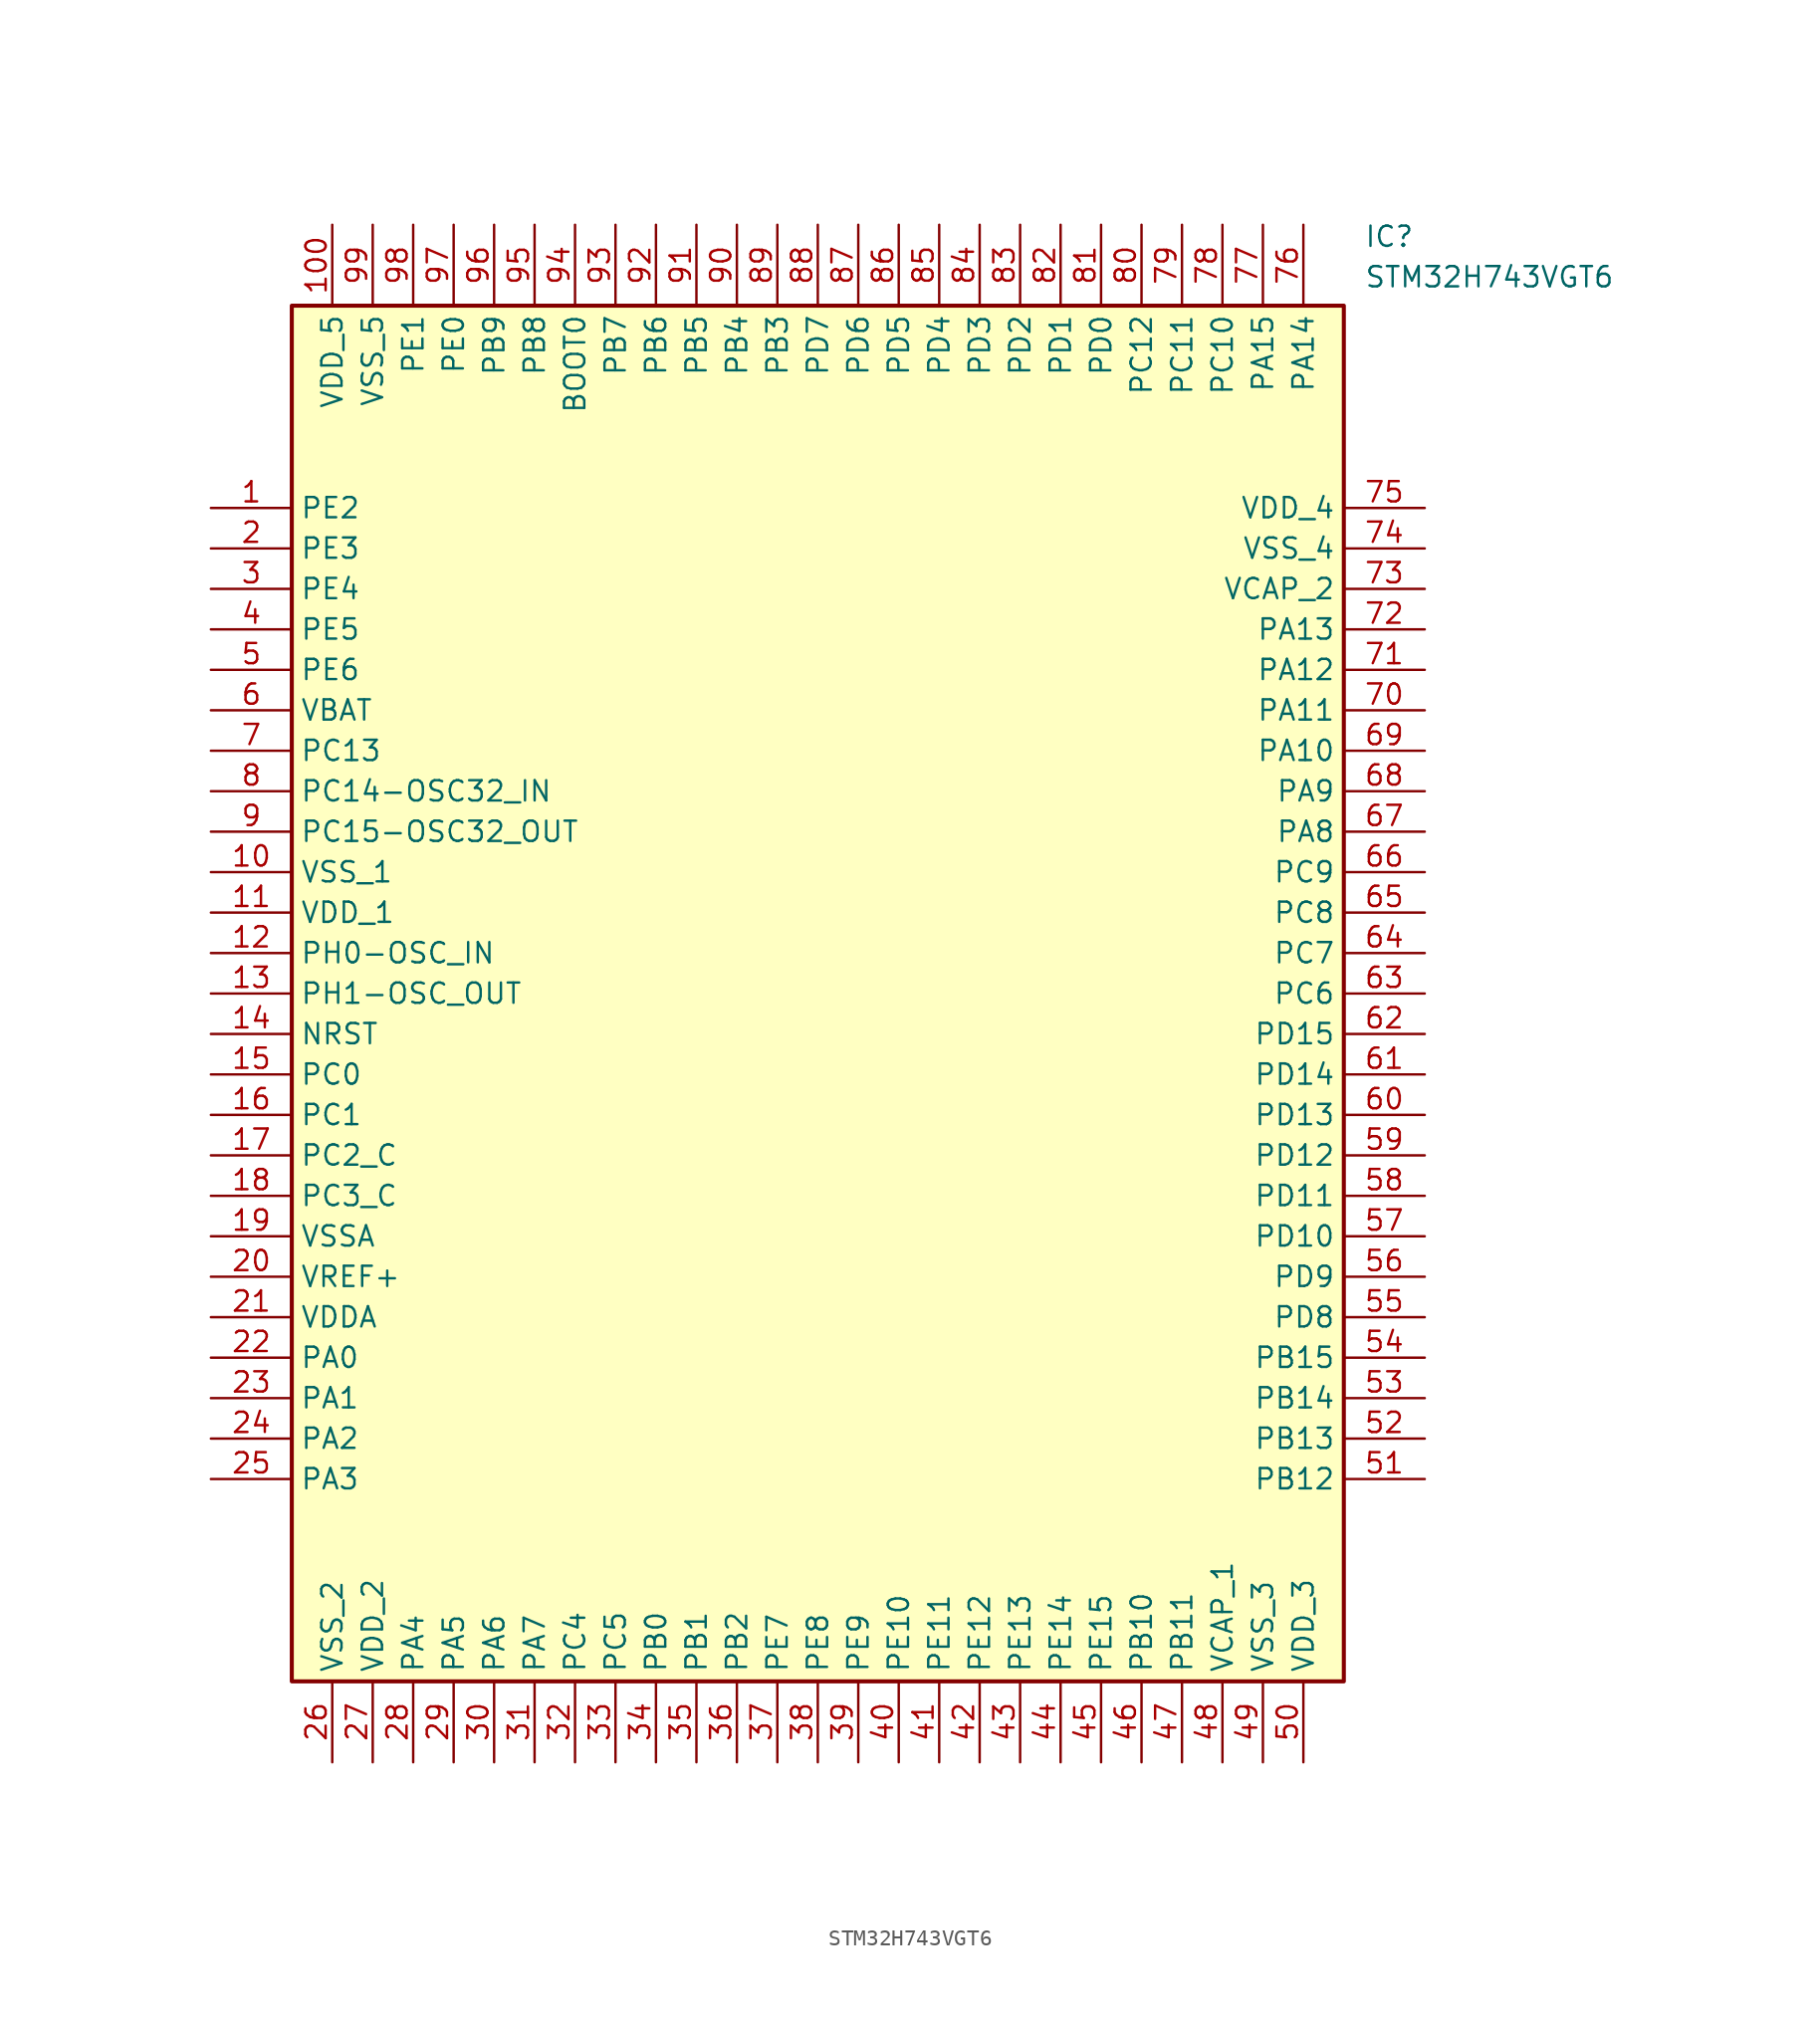
<source format=kicad_sym>
(kicad_symbol_lib
  (version 20241209)
  (generator "kicad_symbol_editor")
  (generator_version "9.0")
  (symbol "STM32H743VGT6"
    (property "Reference" "IC"
      (at 72.39 17.78 0)
      (effects (font (size 1.27 1.27)) (justify left top)))
    (property "Value" "STM32H743VGT6"
      (at 72.39 15.24 0)
      (effects (font (size 1.27 1.27)) (justify left top)))
    (symbol "STM32H743VGT6_1_1"
      (rectangle (start 5.08 12.7) (end 71.12 -73.66) (stroke (width 0.254) (type default)) (fill (type background)))
      (pin passive line (at 0 0 0) (length 5.08) (name "PE2" (effects (font (size 1.27 1.27)))) (number "1" (effects (font (size 1.27 1.27)))))
      (pin passive line (at 0 -2.54 0) (length 5.08) (name "PE3" (effects (font (size 1.27 1.27)))) (number "2" (effects (font (size 1.27 1.27)))))
      (pin passive line (at 0 -5.08 0) (length 5.08) (name "PE4" (effects (font (size 1.27 1.27)))) (number "3" (effects (font (size 1.27 1.27)))))
      (pin passive line (at 0 -7.62 0) (length 5.08) (name "PE5" (effects (font (size 1.27 1.27)))) (number "4" (effects (font (size 1.27 1.27)))))
      (pin passive line (at 0 -10.16 0) (length 5.08) (name "PE6" (effects (font (size 1.27 1.27)))) (number "5" (effects (font (size 1.27 1.27)))))
      (pin passive line (at 0 -12.7 0) (length 5.08) (name "VBAT" (effects (font (size 1.27 1.27)))) (number "6" (effects (font (size 1.27 1.27)))))
      (pin passive line (at 0 -15.24 0) (length 5.08) (name "PC13" (effects (font (size 1.27 1.27)))) (number "7" (effects (font (size 1.27 1.27)))))
      (pin passive line (at 0 -17.78 0) (length 5.08) (name "PC14-OSC32_IN" (effects (font (size 1.27 1.27)))) (number "8" (effects (font (size 1.27 1.27)))))
      (pin passive line (at 0 -20.32 0) (length 5.08) (name "PC15-OSC32_OUT" (effects (font (size 1.27 1.27)))) (number "9" (effects (font (size 1.27 1.27)))))
      (pin passive line (at 0 -22.86 0) (length 5.08) (name "VSS_1" (effects (font (size 1.27 1.27)))) (number "10" (effects (font (size 1.27 1.27)))))
      (pin passive line (at 0 -25.4 0) (length 5.08) (name "VDD_1" (effects (font (size 1.27 1.27)))) (number "11" (effects (font (size 1.27 1.27)))))
      (pin passive line (at 0 -27.94 0) (length 5.08) (name "PH0-OSC_IN" (effects (font (size 1.27 1.27)))) (number "12" (effects (font (size 1.27 1.27)))))
      (pin passive line (at 0 -30.48 0) (length 5.08) (name "PH1-OSC_OUT" (effects (font (size 1.27 1.27)))) (number "13" (effects (font (size 1.27 1.27)))))
      (pin passive line (at 0 -33.02 0) (length 5.08) (name "NRST" (effects (font (size 1.27 1.27)))) (number "14" (effects (font (size 1.27 1.27)))))
      (pin passive line (at 0 -35.56 0) (length 5.08) (name "PC0" (effects (font (size 1.27 1.27)))) (number "15" (effects (font (size 1.27 1.27)))))
      (pin passive line (at 0 -38.1 0) (length 5.08) (name "PC1" (effects (font (size 1.27 1.27)))) (number "16" (effects (font (size 1.27 1.27)))))
      (pin passive line (at 0 -40.64 0) (length 5.08) (name "PC2_C" (effects (font (size 1.27 1.27)))) (number "17" (effects (font (size 1.27 1.27)))))
      (pin passive line (at 0 -43.18 0) (length 5.08) (name "PC3_C" (effects (font (size 1.27 1.27)))) (number "18" (effects (font (size 1.27 1.27)))))
      (pin passive line (at 0 -45.72 0) (length 5.08) (name "VSSA" (effects (font (size 1.27 1.27)))) (number "19" (effects (font (size 1.27 1.27)))))
      (pin passive line (at 0 -48.26 0) (length 5.08) (name "VREF+" (effects (font (size 1.27 1.27)))) (number "20" (effects (font (size 1.27 1.27)))))
      (pin passive line (at 0 -50.8 0) (length 5.08) (name "VDDA" (effects (font (size 1.27 1.27)))) (number "21" (effects (font (size 1.27 1.27)))))
      (pin passive line (at 0 -53.34 0) (length 5.08) (name "PA0" (effects (font (size 1.27 1.27)))) (number "22" (effects (font (size 1.27 1.27)))))
      (pin passive line (at 0 -55.88 0) (length 5.08) (name "PA1" (effects (font (size 1.27 1.27)))) (number "23" (effects (font (size 1.27 1.27)))))
      (pin passive line (at 0 -58.42 0) (length 5.08) (name "PA2" (effects (font (size 1.27 1.27)))) (number "24" (effects (font (size 1.27 1.27)))))
      (pin passive line (at 0 -60.96 0) (length 5.08) (name "PA3" (effects (font (size 1.27 1.27)))) (number "25" (effects (font (size 1.27 1.27)))))
      (pin passive line (at 7.62 17.78 270) (length 5.08) (name "VDD_5" (effects (font (size 1.27 1.27)))) (number "100" (effects (font (size 1.27 1.27)))))
      (pin passive line (at 7.62 -78.74 90) (length 5.08) (name "VSS_2" (effects (font (size 1.27 1.27)))) (number "26" (effects (font (size 1.27 1.27)))))
      (pin passive line (at 10.16 17.78 270) (length 5.08) (name "VSS_5" (effects (font (size 1.27 1.27)))) (number "99" (effects (font (size 1.27 1.27)))))
      (pin passive line (at 10.16 -78.74 90) (length 5.08) (name "VDD_2" (effects (font (size 1.27 1.27)))) (number "27" (effects (font (size 1.27 1.27)))))
      (pin passive line (at 12.7 17.78 270) (length 5.08) (name "PE1" (effects (font (size 1.27 1.27)))) (number "98" (effects (font (size 1.27 1.27)))))
      (pin passive line (at 12.7 -78.74 90) (length 5.08) (name "PA4" (effects (font (size 1.27 1.27)))) (number "28" (effects (font (size 1.27 1.27)))))
      (pin passive line (at 15.24 17.78 270) (length 5.08) (name "PE0" (effects (font (size 1.27 1.27)))) (number "97" (effects (font (size 1.27 1.27)))))
      (pin passive line (at 15.24 -78.74 90) (length 5.08) (name "PA5" (effects (font (size 1.27 1.27)))) (number "29" (effects (font (size 1.27 1.27)))))
      (pin passive line (at 17.78 17.78 270) (length 5.08) (name "PB9" (effects (font (size 1.27 1.27)))) (number "96" (effects (font (size 1.27 1.27)))))
      (pin passive line (at 17.78 -78.74 90) (length 5.08) (name "PA6" (effects (font (size 1.27 1.27)))) (number "30" (effects (font (size 1.27 1.27)))))
      (pin passive line (at 20.32 17.78 270) (length 5.08) (name "PB8" (effects (font (size 1.27 1.27)))) (number "95" (effects (font (size 1.27 1.27)))))
      (pin passive line (at 20.32 -78.74 90) (length 5.08) (name "PA7" (effects (font (size 1.27 1.27)))) (number "31" (effects (font (size 1.27 1.27)))))
      (pin passive line (at 22.86 17.78 270) (length 5.08) (name "BOOT0" (effects (font (size 1.27 1.27)))) (number "94" (effects (font (size 1.27 1.27)))))
      (pin passive line (at 22.86 -78.74 90) (length 5.08) (name "PC4" (effects (font (size 1.27 1.27)))) (number "32" (effects (font (size 1.27 1.27)))))
      (pin passive line (at 25.4 17.78 270) (length 5.08) (name "PB7" (effects (font (size 1.27 1.27)))) (number "93" (effects (font (size 1.27 1.27)))))
      (pin passive line (at 25.4 -78.74 90) (length 5.08) (name "PC5" (effects (font (size 1.27 1.27)))) (number "33" (effects (font (size 1.27 1.27)))))
      (pin passive line (at 27.94 17.78 270) (length 5.08) (name "PB6" (effects (font (size 1.27 1.27)))) (number "92" (effects (font (size 1.27 1.27)))))
      (pin passive line (at 27.94 -78.74 90) (length 5.08) (name "PB0" (effects (font (size 1.27 1.27)))) (number "34" (effects (font (size 1.27 1.27)))))
      (pin passive line (at 30.48 17.78 270) (length 5.08) (name "PB5" (effects (font (size 1.27 1.27)))) (number "91" (effects (font (size 1.27 1.27)))))
      (pin passive line (at 30.48 -78.74 90) (length 5.08) (name "PB1" (effects (font (size 1.27 1.27)))) (number "35" (effects (font (size 1.27 1.27)))))
      (pin passive line (at 33.02 17.78 270) (length 5.08) (name "PB4" (effects (font (size 1.27 1.27)))) (number "90" (effects (font (size 1.27 1.27)))))
      (pin passive line (at 33.02 -78.74 90) (length 5.08) (name "PB2" (effects (font (size 1.27 1.27)))) (number "36" (effects (font (size 1.27 1.27)))))
      (pin passive line (at 35.56 17.78 270) (length 5.08) (name "PB3" (effects (font (size 1.27 1.27)))) (number "89" (effects (font (size 1.27 1.27)))))
      (pin passive line (at 35.56 -78.74 90) (length 5.08) (name "PE7" (effects (font (size 1.27 1.27)))) (number "37" (effects (font (size 1.27 1.27)))))
      (pin passive line (at 38.1 17.78 270) (length 5.08) (name "PD7" (effects (font (size 1.27 1.27)))) (number "88" (effects (font (size 1.27 1.27)))))
      (pin passive line (at 38.1 -78.74 90) (length 5.08) (name "PE8" (effects (font (size 1.27 1.27)))) (number "38" (effects (font (size 1.27 1.27)))))
      (pin passive line (at 40.64 17.78 270) (length 5.08) (name "PD6" (effects (font (size 1.27 1.27)))) (number "87" (effects (font (size 1.27 1.27)))))
      (pin passive line (at 40.64 -78.74 90) (length 5.08) (name "PE9" (effects (font (size 1.27 1.27)))) (number "39" (effects (font (size 1.27 1.27)))))
      (pin passive line (at 43.18 17.78 270) (length 5.08) (name "PD5" (effects (font (size 1.27 1.27)))) (number "86" (effects (font (size 1.27 1.27)))))
      (pin passive line (at 43.18 -78.74 90) (length 5.08) (name "PE10" (effects (font (size 1.27 1.27)))) (number "40" (effects (font (size 1.27 1.27)))))
      (pin passive line (at 45.72 17.78 270) (length 5.08) (name "PD4" (effects (font (size 1.27 1.27)))) (number "85" (effects (font (size 1.27 1.27)))))
      (pin passive line (at 45.72 -78.74 90) (length 5.08) (name "PE11" (effects (font (size 1.27 1.27)))) (number "41" (effects (font (size 1.27 1.27)))))
      (pin passive line (at 48.26 17.78 270) (length 5.08) (name "PD3" (effects (font (size 1.27 1.27)))) (number "84" (effects (font (size 1.27 1.27)))))
      (pin passive line (at 48.26 -78.74 90) (length 5.08) (name "PE12" (effects (font (size 1.27 1.27)))) (number "42" (effects (font (size 1.27 1.27)))))
      (pin passive line (at 50.8 17.78 270) (length 5.08) (name "PD2" (effects (font (size 1.27 1.27)))) (number "83" (effects (font (size 1.27 1.27)))))
      (pin passive line (at 50.8 -78.74 90) (length 5.08) (name "PE13" (effects (font (size 1.27 1.27)))) (number "43" (effects (font (size 1.27 1.27)))))
      (pin passive line (at 53.34 17.78 270) (length 5.08) (name "PD1" (effects (font (size 1.27 1.27)))) (number "82" (effects (font (size 1.27 1.27)))))
      (pin passive line (at 53.34 -78.74 90) (length 5.08) (name "PE14" (effects (font (size 1.27 1.27)))) (number "44" (effects (font (size 1.27 1.27)))))
      (pin passive line (at 55.88 17.78 270) (length 5.08) (name "PD0" (effects (font (size 1.27 1.27)))) (number "81" (effects (font (size 1.27 1.27)))))
      (pin passive line (at 55.88 -78.74 90) (length 5.08) (name "PE15" (effects (font (size 1.27 1.27)))) (number "45" (effects (font (size 1.27 1.27)))))
      (pin passive line (at 58.42 17.78 270) (length 5.08) (name "PC12" (effects (font (size 1.27 1.27)))) (number "80" (effects (font (size 1.27 1.27)))))
      (pin passive line (at 58.42 -78.74 90) (length 5.08) (name "PB10" (effects (font (size 1.27 1.27)))) (number "46" (effects (font (size 1.27 1.27)))))
      (pin passive line (at 60.96 17.78 270) (length 5.08) (name "PC11" (effects (font (size 1.27 1.27)))) (number "79" (effects (font (size 1.27 1.27)))))
      (pin passive line (at 60.96 -78.74 90) (length 5.08) (name "PB11" (effects (font (size 1.27 1.27)))) (number "47" (effects (font (size 1.27 1.27)))))
      (pin passive line (at 63.5 17.78 270) (length 5.08) (name "PC10" (effects (font (size 1.27 1.27)))) (number "78" (effects (font (size 1.27 1.27)))))
      (pin passive line (at 63.5 -78.74 90) (length 5.08) (name "VCAP_1" (effects (font (size 1.27 1.27)))) (number "48" (effects (font (size 1.27 1.27)))))
      (pin passive line (at 66.04 17.78 270) (length 5.08) (name "PA15" (effects (font (size 1.27 1.27)))) (number "77" (effects (font (size 1.27 1.27)))))
      (pin passive line (at 66.04 -78.74 90) (length 5.08) (name "VSS_3" (effects (font (size 1.27 1.27)))) (number "49" (effects (font (size 1.27 1.27)))))
      (pin passive line (at 68.58 17.78 270) (length 5.08) (name "PA14" (effects (font (size 1.27 1.27)))) (number "76" (effects (font (size 1.27 1.27)))))
      (pin passive line (at 68.58 -78.74 90) (length 5.08) (name "VDD_3" (effects (font (size 1.27 1.27)))) (number "50" (effects (font (size 1.27 1.27)))))
      (pin passive line (at 76.2 0 180) (length 5.08) (name "VDD_4" (effects (font (size 1.27 1.27)))) (number "75" (effects (font (size 1.27 1.27)))))
      (pin passive line (at 76.2 -2.54 180) (length 5.08) (name "VSS_4" (effects (font (size 1.27 1.27)))) (number "74" (effects (font (size 1.27 1.27)))))
      (pin passive line (at 76.2 -5.08 180) (length 5.08) (name "VCAP_2" (effects (font (size 1.27 1.27)))) (number "73" (effects (font (size 1.27 1.27)))))
      (pin passive line (at 76.2 -7.62 180) (length 5.08) (name "PA13" (effects (font (size 1.27 1.27)))) (number "72" (effects (font (size 1.27 1.27)))))
      (pin passive line (at 76.2 -10.16 180) (length 5.08) (name "PA12" (effects (font (size 1.27 1.27)))) (number "71" (effects (font (size 1.27 1.27)))))
      (pin passive line (at 76.2 -12.7 180) (length 5.08) (name "PA11" (effects (font (size 1.27 1.27)))) (number "70" (effects (font (size 1.27 1.27)))))
      (pin passive line (at 76.2 -15.24 180) (length 5.08) (name "PA10" (effects (font (size 1.27 1.27)))) (number "69" (effects (font (size 1.27 1.27)))))
      (pin passive line (at 76.2 -17.78 180) (length 5.08) (name "PA9" (effects (font (size 1.27 1.27)))) (number "68" (effects (font (size 1.27 1.27)))))
      (pin passive line (at 76.2 -20.32 180) (length 5.08) (name "PA8" (effects (font (size 1.27 1.27)))) (number "67" (effects (font (size 1.27 1.27)))))
      (pin passive line (at 76.2 -22.86 180) (length 5.08) (name "PC9" (effects (font (size 1.27 1.27)))) (number "66" (effects (font (size 1.27 1.27)))))
      (pin passive line (at 76.2 -25.4 180) (length 5.08) (name "PC8" (effects (font (size 1.27 1.27)))) (number "65" (effects (font (size 1.27 1.27)))))
      (pin passive line (at 76.2 -27.94 180) (length 5.08) (name "PC7" (effects (font (size 1.27 1.27)))) (number "64" (effects (font (size 1.27 1.27)))))
      (pin passive line (at 76.2 -30.48 180) (length 5.08) (name "PC6" (effects (font (size 1.27 1.27)))) (number "63" (effects (font (size 1.27 1.27)))))
      (pin passive line (at 76.2 -33.02 180) (length 5.08) (name "PD15" (effects (font (size 1.27 1.27)))) (number "62" (effects (font (size 1.27 1.27)))))
      (pin passive line (at 76.2 -35.56 180) (length 5.08) (name "PD14" (effects (font (size 1.27 1.27)))) (number "61" (effects (font (size 1.27 1.27)))))
      (pin passive line (at 76.2 -38.1 180) (length 5.08) (name "PD13" (effects (font (size 1.27 1.27)))) (number "60" (effects (font (size 1.27 1.27)))))
      (pin passive line (at 76.2 -40.64 180) (length 5.08) (name "PD12" (effects (font (size 1.27 1.27)))) (number "59" (effects (font (size 1.27 1.27)))))
      (pin passive line (at 76.2 -43.18 180) (length 5.08) (name "PD11" (effects (font (size 1.27 1.27)))) (number "58" (effects (font (size 1.27 1.27)))))
      (pin passive line (at 76.2 -45.72 180) (length 5.08) (name "PD10" (effects (font (size 1.27 1.27)))) (number "57" (effects (font (size 1.27 1.27)))))
      (pin passive line (at 76.2 -48.26 180) (length 5.08) (name "PD9" (effects (font (size 1.27 1.27)))) (number "56" (effects (font (size 1.27 1.27)))))
      (pin passive line (at 76.2 -50.8 180) (length 5.08) (name "PD8" (effects (font (size 1.27 1.27)))) (number "55" (effects (font (size 1.27 1.27)))))
      (pin passive line (at 76.2 -53.34 180) (length 5.08) (name "PB15" (effects (font (size 1.27 1.27)))) (number "54" (effects (font (size 1.27 1.27)))))
      (pin passive line (at 76.2 -55.88 180) (length 5.08) (name "PB14" (effects (font (size 1.27 1.27)))) (number "53" (effects (font (size 1.27 1.27)))))
      (pin passive line (at 76.2 -58.42 180) (length 5.08) (name "PB13" (effects (font (size 1.27 1.27)))) (number "52" (effects (font (size 1.27 1.27)))))
      (pin passive line (at 76.2 -60.96 180) (length 5.08) (name "PB12" (effects (font (size 1.27 1.27)))) (number "51" (effects (font (size 1.27 1.27))))))))
</source>
